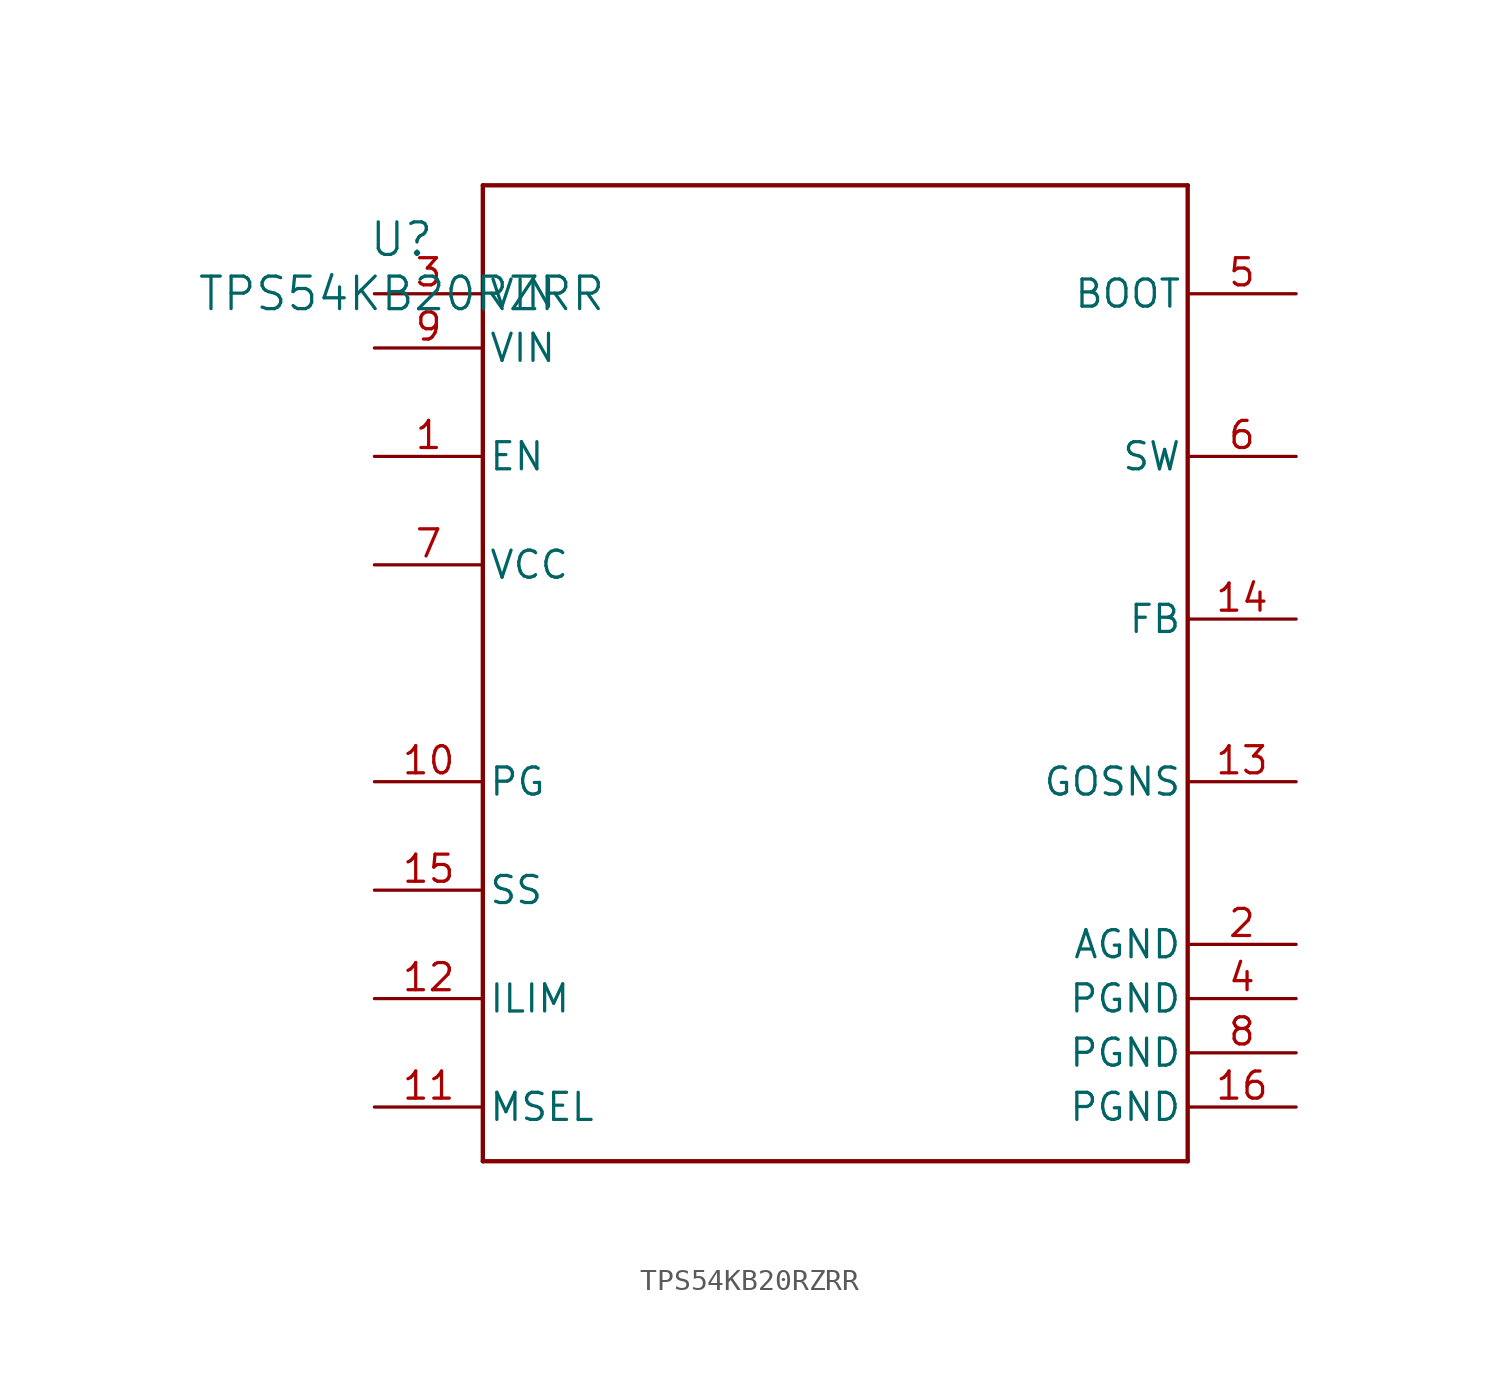
<source format=kicad_sym>
(kicad_symbol_lib
  (version 20211014)
  (generator kicad_symbol_editor)
  (symbol "TPS54KB20RZRR"
    (pin_names
      (offset 0.254))
    (property "Reference" "U"
      (at 0 2.54 0)
      (effects (font (size 1.524 1.524))))
    (property "Value" "TPS54KB20RZRR"
      (at 0 0 0)
      (effects (font (size 1.524 1.524))))
    (symbol "TPS54KB20RZRR_0_1"
      (polyline (pts (xy 3.81 -40.64) (xy 36.83 -40.64)) (stroke (width 0.203) (type default) (color 0 0 0 0)) (fill (type none)))
      (polyline (pts (xy 36.83 -40.64) (xy 36.83 5.08)) (stroke (width 0.203) (type default) (color 0 0 0 0)) (fill (type none)))
      (polyline (pts (xy 36.83 5.08) (xy 3.81 5.08)) (stroke (width 0.203) (type default) (color 0 0 0 0)) (fill (type none)))
      (polyline (pts (xy 3.81 5.08) (xy 3.81 -40.64)) (stroke (width 0.203) (type default) (color 0 0 0 0)) (fill (type none)))
      (pin input line (at -1.27 -7.62 0) (length 5.08) (name "EN" (effects (font (size 1.27 1.27)))) (number "1" (effects (font (size 1.27 1.27)))))
      (pin power_in line (at 41.91 -30.48 180) (length 5.08) (name "AGND" (effects (font (size 1.27 1.27)))) (number "2" (effects (font (size 1.27 1.27)))))
      (pin power_in line (at -1.27 0 0) (length 5.08) (name "VIN" (effects (font (size 1.27 1.27)))) (number "3" (effects (font (size 1.27 1.27)))))
      (pin power_in line (at 41.91 -33.02 180) (length 5.08) (name "PGND" (effects (font (size 1.27 1.27)))) (number "4" (effects (font (size 1.27 1.27)))))
      (pin unspecified line (at 41.91 0 180) (length 5.08) (name "BOOT" (effects (font (size 1.27 1.27)))) (number "5" (effects (font (size 1.27 1.27)))))
      (pin unspecified line (at 41.91 -7.62 180) (length 5.08) (name "SW" (effects (font (size 1.27 1.27)))) (number "6" (effects (font (size 1.27 1.27)))))
      (pin unspecified line (at -1.27 -12.7 0) (length 5.08) (name "VCC" (effects (font (size 1.27 1.27)))) (number "7" (effects (font (size 1.27 1.27)))))
      (pin power_in line (at 41.91 -35.56 180) (length 5.08) (name "PGND" (effects (font (size 1.27 1.27)))) (number "8" (effects (font (size 1.27 1.27)))))
      (pin power_in line (at -1.27 -2.54 0) (length 5.08) (name "VIN" (effects (font (size 1.27 1.27)))) (number "9" (effects (font (size 1.27 1.27)))))
      (pin power_in line (at -1.27 -22.86 0) (length 5.08) (name "PG" (effects (font (size 1.27 1.27)))) (number "10" (effects (font (size 1.27 1.27)))))
      (pin open_collector line (at -1.27 -38.1 0) (length 5.08) (name "MSEL" (effects (font (size 1.27 1.27)))) (number "11" (effects (font (size 1.27 1.27)))))
      (pin unspecified line (at -1.27 -33.02 0) (length 5.08) (name "ILIM" (effects (font (size 1.27 1.27)))) (number "12" (effects (font (size 1.27 1.27)))))
      (pin unspecified line (at 41.91 -22.86 180) (length 5.08) (name "GOSNS" (effects (font (size 1.27 1.27)))) (number "13" (effects (font (size 1.27 1.27)))))
      (pin unspecified line (at 41.91 -15.24 180) (length 5.08) (name "FB" (effects (font (size 1.27 1.27)))) (number "14" (effects (font (size 1.27 1.27)))))
      (pin unspecified line (at -1.27 -27.94 0) (length 5.08) (name "SS" (effects (font (size 1.27 1.27)))) (number "15" (effects (font (size 1.27 1.27)))))
      (pin power_in line (at 41.91 -38.1 180) (length 5.08) (name "PGND" (effects (font (size 1.27 1.27)))) (number "16" (effects (font (size 1.27 1.27))))))))
</source>
